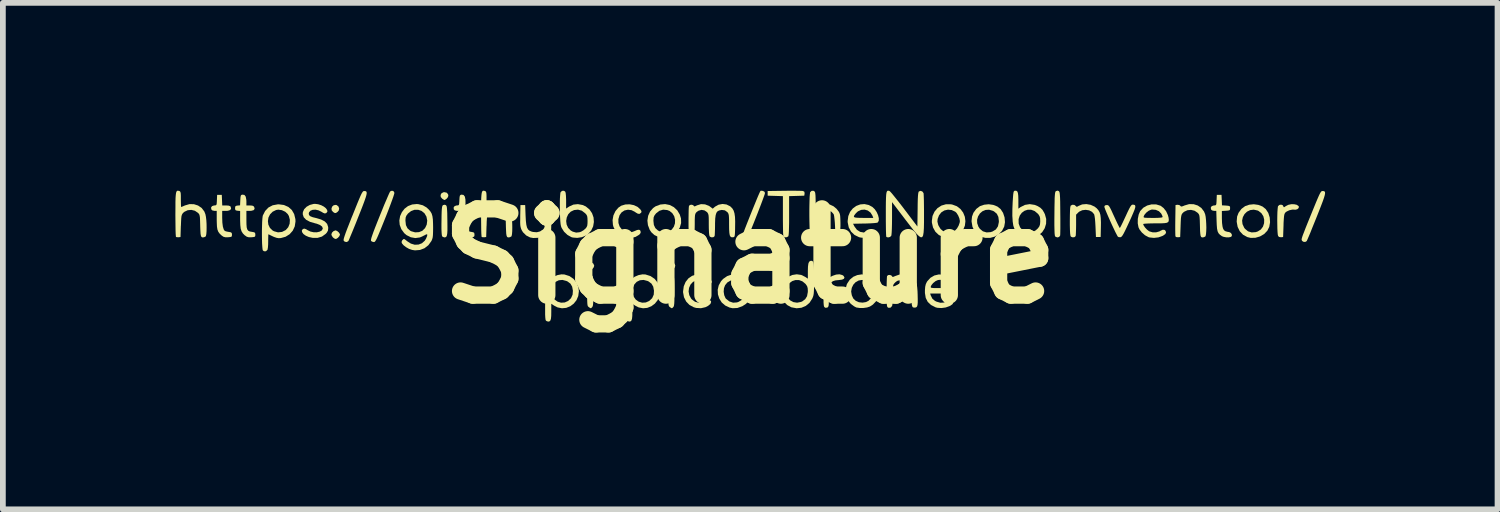
<source format=kicad_pcb>
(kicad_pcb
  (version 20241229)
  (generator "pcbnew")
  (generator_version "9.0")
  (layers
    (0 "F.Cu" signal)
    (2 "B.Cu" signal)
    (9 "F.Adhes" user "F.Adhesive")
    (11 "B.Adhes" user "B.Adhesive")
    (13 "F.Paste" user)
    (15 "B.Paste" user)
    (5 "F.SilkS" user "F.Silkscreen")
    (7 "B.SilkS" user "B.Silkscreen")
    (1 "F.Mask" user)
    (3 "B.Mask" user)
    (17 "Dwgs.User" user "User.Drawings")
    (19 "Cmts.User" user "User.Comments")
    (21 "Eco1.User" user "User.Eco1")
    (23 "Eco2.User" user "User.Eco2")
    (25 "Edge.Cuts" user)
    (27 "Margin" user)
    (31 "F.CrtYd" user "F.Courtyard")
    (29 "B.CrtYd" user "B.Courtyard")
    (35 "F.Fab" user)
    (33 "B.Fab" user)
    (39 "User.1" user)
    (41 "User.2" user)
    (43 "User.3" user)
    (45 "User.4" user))
  (footprint "Signature"
    (layer "F.Cu")
    (at 9.995 1.404)
    (property "Reference" "Signature" (at 0 0 0) (layer "F.SilkS") (effects (font (size 1.5 1.5) (thickness 0.3))))
    (attr board_only exclude_from_pos_files exclude_from_bom)
    (fp_poly (pts (xy -7.19 -0.887) (xy -7.16 -0.864) (xy -7.147 -0.83) (xy -7.154 -0.793) (xy -7.176 -0.768) (xy -7.203 -0.75) (xy -7.222 -0.749) (xy -7.246 -0.763) (xy -7.252 -0.767) (xy -7.277 -0.797) (xy -7.28 -0.831) (xy -7.267 -0.863) (xy -7.241 -0.885) (xy -7.204 -0.891)) (stroke (width 0) (type solid)) (fill yes) (layer "F.SilkS"))
    (fp_poly (pts (xy -5.274 -1.102) (xy -5.252 -1.073) (xy -5.248 -1.049) (xy -5.258 -1.022) (xy -5.281 -0.995) (xy -5.308 -0.978) (xy -5.316 -0.976) (xy -5.331 -0.983) (xy -5.354 -0.998) (xy -5.38 -1.028) (xy -5.383 -1.063) (xy -5.368 -1.092) (xy -5.335 -1.11) (xy -5.316 -1.112)) (stroke (width 0) (type solid)) (fill yes) (layer "F.SilkS"))
    (fp_poly (pts (xy -2.753 0.112) (xy -2.726 0.131) (xy -2.712 0.164) (xy -2.712 0.17) (xy -2.722 0.199) (xy -2.746 0.226) (xy -2.774 0.243) (xy -2.782 0.244) (xy -2.798 0.236) (xy -2.822 0.218) (xy -2.844 0.196) (xy -2.846 0.171) (xy -2.841 0.154) (xy -2.819 0.123) (xy -2.787 0.109)) (stroke (width 0) (type solid)) (fill yes) (layer "F.SilkS"))
    (fp_poly (pts (xy -1.343 0.112) (xy -1.315 0.131) (xy -1.302 0.164) (xy -1.302 0.17) (xy -1.312 0.199) (xy -1.336 0.226) (xy -1.364 0.243) (xy -1.371 0.244) (xy -1.387 0.236) (xy -1.412 0.218) (xy -1.434 0.196) (xy -1.435 0.171) (xy -1.43 0.154) (xy -1.408 0.123) (xy -1.377 0.109)) (stroke (width 0) (type solid)) (fill yes) (layer "F.SilkS"))
    (fp_poly (pts (xy -7.182 -0.437) (xy -7.153 -0.412) (xy -7.135 -0.384) (xy -7.133 -0.373) (xy -7.144 -0.346) (xy -7.169 -0.318) (xy -7.197 -0.3) (xy -7.208 -0.298) (xy -7.232 -0.307) (xy -7.255 -0.325) (xy -7.275 -0.354) (xy -7.282 -0.378) (xy -7.271 -0.409) (xy -7.244 -0.435) (xy -7.212 -0.447) (xy -7.21 -0.448)) (stroke (width 0) (type solid)) (fill yes) (layer "F.SilkS"))
    (fp_poly (pts (xy -2.521 -0.436) (xy -2.494 -0.409) (xy -2.482 -0.377) (xy -2.482 -0.375) (xy -2.492 -0.347) (xy -2.517 -0.318) (xy -2.546 -0.3) (xy -2.556 -0.298) (xy -2.58 -0.307) (xy -2.604 -0.325) (xy -2.624 -0.352) (xy -2.631 -0.373) (xy -2.62 -0.401) (xy -2.594 -0.428) (xy -2.563 -0.446) (xy -2.552 -0.448)) (stroke (width 0) (type solid)) (fill yes) (layer "F.SilkS"))
    (fp_poly (pts (xy -2.359 0.558) (xy -2.307 0.566) (xy -2.277 0.58) (xy -2.265 0.601) (xy -2.265 0.608) (xy -2.269 0.632) (xy -2.284 0.648) (xy -2.314 0.658) (xy -2.363 0.663) (xy -2.434 0.664) (xy -2.508 0.663) (xy -2.56 0.658) (xy -2.586 0.649) (xy -2.587 0.648) (xy -2.603 0.617) (xy -2.596 0.586) (xy -2.578 0.57) (xy -2.552 0.564) (xy -2.508 0.559) (xy -2.453 0.556) (xy -2.434 0.556)) (stroke (width 0) (type solid)) (fill yes) (layer "F.SilkS"))
    (fp_poly (pts (xy 0.268 0.558) (xy 0.29 0.559) (xy 0.349 0.562) (xy 0.387 0.566) (xy 0.41 0.573) (xy 0.425 0.585) (xy 0.43 0.592) (xy 0.442 0.616) (xy 0.434 0.634) (xy 0.427 0.643) (xy 0.411 0.653) (xy 0.383 0.66) (xy 0.34 0.663) (xy 0.276 0.664) (xy 0.264 0.664) (xy 0.2 0.664) (xy 0.157 0.662) (xy 0.132 0.657) (xy 0.117 0.649) (xy 0.109 0.638) (xy 0.101 0.602) (xy 0.117 0.574) (xy 0.14 0.562) (xy 0.167 0.559) (xy 0.212 0.558)) (stroke (width 0) (type solid)) (fill yes) (layer "F.SilkS"))
    (fp_poly (pts (xy -5.292 -0.887) (xy -5.284 -0.879) (xy -5.277 -0.865) (xy -5.273 -0.84) (xy -5.27 -0.802) (xy -5.267 -0.747) (xy -5.266 -0.67) (xy -5.265 -0.617) (xy -5.264 -0.521) (xy -5.264 -0.448) (xy -5.267 -0.396) (xy -5.273 -0.361) (xy -5.282 -0.339) (xy -5.295 -0.329) (xy -5.312 -0.326) (xy -5.316 -0.325) (xy -5.345 -0.335) (xy -5.355 -0.344) (xy -5.361 -0.363) (xy -5.365 -0.405) (xy -5.368 -0.47) (xy -5.368 -0.56) (xy -5.367 -0.617) (xy -5.366 -0.707) (xy -5.364 -0.774) (xy -5.361 -0.821) (xy -5.357 -0.853) (xy -5.352 -0.872) (xy -5.345 -0.883) (xy -5.34 -0.887) (xy -5.311 -0.894)) (stroke (width 0) (type solid)) (fill yes) (layer "F.SilkS"))
    (fp_poly (pts (xy -2.763 0.327) (xy -2.749 0.335) (xy -2.739 0.353) (xy -2.732 0.383) (xy -2.728 0.43) (xy -2.726 0.496) (xy -2.726 0.585) (xy -2.726 0.612) (xy -2.726 0.704) (xy -2.727 0.772) (xy -2.73 0.821) (xy -2.733 0.854) (xy -2.739 0.874) (xy -2.746 0.886) (xy -2.747 0.887) (xy -2.764 0.904) (xy -2.776 0.906) (xy -2.795 0.894) (xy -2.804 0.887) (xy -2.815 0.879) (xy -2.823 0.868) (xy -2.828 0.85) (xy -2.831 0.822) (xy -2.833 0.779) (xy -2.834 0.718) (xy -2.834 0.634) (xy -2.834 0.622) (xy -2.834 0.523) (xy -2.831 0.449) (xy -2.827 0.395) (xy -2.82 0.359) (xy -2.809 0.337) (xy -2.795 0.327) (xy -2.782 0.325)) (stroke (width 0) (type solid)) (fill yes) (layer "F.SilkS"))
    (fp_poly (pts (xy -1.353 0.327) (xy -1.339 0.335) (xy -1.329 0.353) (xy -1.322 0.383) (xy -1.318 0.43) (xy -1.316 0.496) (xy -1.315 0.585) (xy -1.315 0.612) (xy -1.316 0.704) (xy -1.317 0.772) (xy -1.319 0.821) (xy -1.323 0.854) (xy -1.328 0.874) (xy -1.336 0.886) (xy -1.337 0.887) (xy -1.354 0.904) (xy -1.366 0.906) (xy -1.385 0.894) (xy -1.394 0.887) (xy -1.405 0.879) (xy -1.412 0.868) (xy -1.418 0.85) (xy -1.421 0.822) (xy -1.423 0.779) (xy -1.424 0.718) (xy -1.424 0.634) (xy -1.424 0.622) (xy -1.423 0.523) (xy -1.421 0.449) (xy -1.417 0.395) (xy -1.409 0.359) (xy -1.399 0.337) (xy -1.385 0.327) (xy -1.372 0.325)) (stroke (width 0) (type solid)) (fill yes) (layer "F.SilkS"))
    (fp_poly (pts (xy 0.833 -1.136) (xy 0.885 -1.135) (xy 0.915 -1.133) (xy 0.92 -1.132) (xy 0.943 -1.12) (xy 0.947 -1.095) (xy 0.947 -1.088) (xy 0.942 -1.051) (xy 0.81 -1.047) (xy 0.678 -1.043) (xy 0.678 -0.701) (xy 0.678 -0.584) (xy 0.676 -0.493) (xy 0.674 -0.425) (xy 0.671 -0.379) (xy 0.666 -0.351) (xy 0.662 -0.342) (xy 0.634 -0.328) (xy 0.603 -0.328) (xy 0.58 -0.342) (xy 0.578 -0.347) (xy 0.576 -0.366) (xy 0.573 -0.408) (xy 0.572 -0.47) (xy 0.571 -0.546) (xy 0.57 -0.634) (xy 0.57 -0.706) (xy 0.57 -1.043) (xy 0.437 -1.047) (xy 0.305 -1.051) (xy 0.305 -1.092) (xy 0.305 -1.132) (xy 0.597 -1.136) (xy 0.685 -1.137) (xy 0.765 -1.137)) (stroke (width 0) (type solid)) (fill yes) (layer "F.SilkS"))
    (fp_poly (pts (xy -6.2 -1.128) (xy -6.186 -1.101) (xy -6.19 -1.081) (xy -6.203 -1.039) (xy -6.224 -0.979) (xy -6.252 -0.903) (xy -6.285 -0.815) (xy -6.323 -0.717) (xy -6.347 -0.657) (xy -6.393 -0.543) (xy -6.43 -0.452) (xy -6.459 -0.382) (xy -6.482 -0.329) (xy -6.5 -0.291) (xy -6.514 -0.267) (xy -6.525 -0.252) (xy -6.535 -0.246) (xy -6.543 -0.244) (xy -6.575 -0.252) (xy -6.591 -0.264) (xy -6.594 -0.274) (xy -6.592 -0.292) (xy -6.585 -0.321) (xy -6.571 -0.363) (xy -6.551 -0.42) (xy -6.522 -0.496) (xy -6.484 -0.592) (xy -6.442 -0.697) (xy -6.401 -0.798) (xy -6.364 -0.89) (xy -6.329 -0.971) (xy -6.3 -1.039) (xy -6.278 -1.089) (xy -6.263 -1.119) (xy -6.258 -1.126) (xy -6.228 -1.138)) (stroke (width 0) (type solid)) (fill yes) (layer "F.SilkS"))
    (fp_poly (pts (xy 5.367 -1.131) (xy 5.374 -1.124) (xy 5.38 -1.112) (xy 5.384 -1.092) (xy 5.387 -1.061) (xy 5.39 -1.015) (xy 5.392 -0.952) (xy 5.393 -0.867) (xy 5.394 -0.759) (xy 5.394 -0.751) (xy 5.395 -0.653) (xy 5.395 -0.562) (xy 5.395 -0.484) (xy 5.394 -0.42) (xy 5.393 -0.376) (xy 5.391 -0.356) (xy 5.373 -0.333) (xy 5.344 -0.325) (xy 5.314 -0.335) (xy 5.304 -0.344) (xy 5.299 -0.36) (xy 5.295 -0.396) (xy 5.293 -0.454) (xy 5.291 -0.535) (xy 5.291 -0.639) (xy 5.292 -0.739) (xy 5.293 -0.851) (xy 5.295 -0.939) (xy 5.296 -1.005) (xy 5.299 -1.054) (xy 5.302 -1.087) (xy 5.306 -1.109) (xy 5.311 -1.122) (xy 5.318 -1.13) (xy 5.319 -1.131) (xy 5.349 -1.139)) (stroke (width 0) (type solid)) (fill yes) (layer "F.SilkS"))
    (fp_poly (pts (xy 0.225 -1.133) (xy 0.252 -1.117) (xy 0.258 -1.095) (xy 0.253 -1.075) (xy 0.239 -1.035) (xy 0.218 -0.977) (xy 0.191 -0.905) (xy 0.16 -0.824) (xy 0.126 -0.736) (xy 0.09 -0.645) (xy 0.055 -0.557) (xy 0.021 -0.473) (xy -0.01 -0.398) (xy -0.036 -0.336) (xy -0.056 -0.29) (xy -0.069 -0.264) (xy -0.071 -0.261) (xy -0.099 -0.245) (xy -0.131 -0.251) (xy -0.15 -0.265) (xy -0.153 -0.274) (xy -0.152 -0.291) (xy -0.147 -0.317) (xy -0.135 -0.355) (xy -0.116 -0.407) (xy -0.09 -0.477) (xy -0.055 -0.566) (xy -0.011 -0.677) (xy 0.001 -0.707) (xy 0.041 -0.807) (xy 0.079 -0.9) (xy 0.112 -0.981) (xy 0.14 -1.048) (xy 0.162 -1.098) (xy 0.176 -1.127) (xy 0.18 -1.135) (xy 0.201 -1.137)) (stroke (width 0) (type solid)) (fill yes) (layer "F.SilkS"))
    (fp_poly (pts (xy -6.693 -1.131) (xy -6.679 -1.126) (xy -6.67 -1.115) (xy -6.668 -1.094) (xy -6.673 -1.063) (xy -6.686 -1.018) (xy -6.707 -0.957) (xy -6.737 -0.877) (xy -6.776 -0.777) (xy -6.814 -0.682) (xy -6.853 -0.583) (xy -6.89 -0.492) (xy -6.923 -0.411) (xy -6.951 -0.345) (xy -6.971 -0.296) (xy -6.984 -0.267) (xy -6.988 -0.261) (xy -7.014 -0.245) (xy -7.047 -0.25) (xy -7.066 -0.265) (xy -7.069 -0.274) (xy -7.069 -0.291) (xy -7.063 -0.316) (xy -7.051 -0.354) (xy -7.033 -0.406) (xy -7.007 -0.475) (xy -6.972 -0.564) (xy -6.929 -0.674) (xy -6.914 -0.709) (xy -6.868 -0.824) (xy -6.831 -0.916) (xy -6.801 -0.988) (xy -6.778 -1.042) (xy -6.76 -1.081) (xy -6.745 -1.107) (xy -6.734 -1.122) (xy -6.724 -1.13) (xy -6.715 -1.132) (xy -6.714 -1.132)) (stroke (width 0) (type solid)) (fill yes) (layer "F.SilkS"))
    (fp_poly (pts (xy 1.605 0.33) (xy 1.626 0.345) (xy 1.641 0.372) (xy 1.631 0.394) (xy 1.599 0.409) (xy 1.545 0.416) (xy 1.545 0.416) (xy 1.485 0.422) (xy 1.441 0.435) (xy 1.409 0.459) (xy 1.388 0.497) (xy 1.376 0.553) (xy 1.371 0.629) (xy 1.37 0.704) (xy 1.369 0.777) (xy 1.368 0.827) (xy 1.365 0.86) (xy 1.359 0.879) (xy 1.35 0.89) (xy 1.344 0.894) (xy 1.313 0.899) (xy 1.297 0.891) (xy 1.289 0.883) (xy 1.283 0.868) (xy 1.28 0.844) (xy 1.277 0.807) (xy 1.277 0.752) (xy 1.277 0.677) (xy 1.278 0.603) (xy 1.282 0.332) (xy 1.32 0.328) (xy 1.351 0.33) (xy 1.364 0.348) (xy 1.365 0.349) (xy 1.37 0.363) (xy 1.381 0.367) (xy 1.404 0.358) (xy 1.435 0.342) (xy 1.496 0.321) (xy 1.555 0.316)) (stroke (width 0) (type solid)) (fill yes) (layer "F.SilkS"))
    (fp_poly (pts (xy 9.973 -1.131) (xy 9.988 -1.126) (xy 9.997 -1.115) (xy 9.999 -1.094) (xy 9.994 -1.063) (xy 9.981 -1.018) (xy 9.96 -0.957) (xy 9.93 -0.878) (xy 9.891 -0.778) (xy 9.853 -0.682) (xy 9.813 -0.583) (xy 9.776 -0.492) (xy 9.744 -0.411) (xy 9.716 -0.345) (xy 9.695 -0.296) (xy 9.682 -0.267) (xy 9.679 -0.261) (xy 9.652 -0.246) (xy 9.62 -0.25) (xy 9.601 -0.264) (xy 9.596 -0.272) (xy 9.592 -0.28) (xy 9.591 -0.291) (xy 9.594 -0.309) (xy 9.602 -0.336) (xy 9.615 -0.373) (xy 9.635 -0.424) (xy 9.661 -0.492) (xy 9.696 -0.579) (xy 9.74 -0.687) (xy 9.761 -0.739) (xy 9.806 -0.849) (xy 9.842 -0.937) (xy 9.871 -1.005) (xy 9.893 -1.055) (xy 9.91 -1.09) (xy 9.924 -1.113) (xy 9.935 -1.126) (xy 9.945 -1.131) (xy 9.953 -1.132)) (stroke (width 0) (type solid)) (fill yes) (layer "F.SilkS"))
    (fp_poly (pts (xy 9.463 -0.902) (xy 9.507 -0.892) (xy 9.537 -0.871) (xy 9.543 -0.859) (xy 9.539 -0.836) (xy 9.517 -0.816) (xy 9.487 -0.807) (xy 9.473 -0.808) (xy 9.429 -0.809) (xy 9.376 -0.797) (xy 9.33 -0.775) (xy 9.308 -0.758) (xy 9.298 -0.743) (xy 9.29 -0.722) (xy 9.285 -0.691) (xy 9.281 -0.644) (xy 9.277 -0.577) (xy 9.276 -0.531) (xy 9.269 -0.332) (xy 9.233 -0.328) (xy 9.198 -0.333) (xy 9.182 -0.351) (xy 9.176 -0.375) (xy 9.172 -0.42) (xy 9.169 -0.481) (xy 9.168 -0.552) (xy 9.167 -0.627) (xy 9.168 -0.701) (xy 9.17 -0.768) (xy 9.174 -0.823) (xy 9.178 -0.859) (xy 9.181 -0.869) (xy 9.204 -0.89) (xy 9.234 -0.895) (xy 9.261 -0.886) (xy 9.272 -0.869) (xy 9.278 -0.852) (xy 9.288 -0.851) (xy 9.311 -0.866) (xy 9.316 -0.87) (xy 9.36 -0.892) (xy 9.412 -0.903)) (stroke (width 0) (type solid)) (fill yes) (layer "F.SilkS"))
    (fp_poly (pts (xy -2.02 -0.886) (xy -1.954 -0.854) (xy -1.907 -0.81) (xy -1.89 -0.782) (xy -1.891 -0.763) (xy -1.898 -0.753) (xy -1.922 -0.735) (xy -1.951 -0.737) (xy -1.99 -0.759) (xy -2.002 -0.769) (xy -2.062 -0.799) (xy -2.124 -0.807) (xy -2.185 -0.794) (xy -2.236 -0.76) (xy -2.27 -0.713) (xy -2.291 -0.643) (xy -2.29 -0.576) (xy -2.27 -0.516) (xy -2.234 -0.467) (xy -2.186 -0.431) (xy -2.128 -0.413) (xy -2.063 -0.416) (xy -2.017 -0.432) (xy -1.966 -0.454) (xy -1.933 -0.459) (xy -1.913 -0.449) (xy -1.905 -0.431) (xy -1.904 -0.404) (xy -1.924 -0.377) (xy -1.931 -0.371) (xy -1.993 -0.334) (xy -2.068 -0.316) (xy -2.147 -0.318) (xy -2.198 -0.33) (xy -2.278 -0.372) (xy -2.337 -0.431) (xy -2.376 -0.507) (xy -2.386 -0.544) (xy -2.392 -0.627) (xy -2.377 -0.709) (xy -2.342 -0.783) (xy -2.292 -0.842) (xy -2.243 -0.876) (xy -2.171 -0.898) (xy -2.095 -0.901)) (stroke (width 0) (type solid)) (fill yes) (layer "F.SilkS"))
    (fp_poly (pts (xy -0.853 0.321) (xy -0.833 0.324) (xy -0.779 0.343) (xy -0.73 0.37) (xy -0.691 0.402) (xy -0.67 0.434) (xy -0.667 0.453) (xy -0.682 0.478) (xy -0.71 0.486) (xy -0.744 0.477) (xy -0.765 0.462) (xy -0.821 0.427) (xy -0.886 0.415) (xy -0.937 0.421) (xy -0.994 0.449) (xy -1.036 0.494) (xy -1.062 0.552) (xy -1.07 0.615) (xy -1.058 0.679) (xy -1.027 0.737) (xy -1.012 0.754) (xy -0.958 0.794) (xy -0.899 0.81) (xy -0.831 0.801) (xy -0.791 0.787) (xy -0.735 0.768) (xy -0.699 0.766) (xy -0.681 0.781) (xy -0.678 0.798) (xy -0.691 0.832) (xy -0.731 0.865) (xy -0.776 0.888) (xy -0.855 0.906) (xy -0.939 0.901) (xy -0.981 0.889) (xy -1.055 0.849) (xy -1.112 0.79) (xy -1.15 0.715) (xy -1.166 0.63) (xy -1.166 0.614) (xy -1.154 0.525) (xy -1.122 0.449) (xy -1.073 0.387) (xy -1.009 0.343) (xy -0.935 0.32)) (stroke (width 0) (type solid)) (fill yes) (layer "F.SilkS"))
    (fp_poly (pts (xy -0.176 0.334) (xy -0.109 0.366) (xy -0.052 0.414) (xy -0.008 0.474) (xy 0.019 0.545) (xy 0.025 0.624) (xy 0.015 0.686) (xy -0.018 0.766) (xy -0.069 0.828) (xy -0.135 0.871) (xy -0.221 0.902) (xy -0.305 0.906) (xy -0.356 0.895) (xy -0.433 0.859) (xy -0.494 0.806) (xy -0.536 0.739) (xy -0.56 0.665) (xy -0.562 0.619) (xy -0.46 0.619) (xy -0.45 0.681) (xy -0.428 0.731) (xy -0.42 0.741) (xy -0.361 0.788) (xy -0.296 0.81) (xy -0.228 0.805) (xy -0.2 0.795) (xy -0.141 0.76) (xy -0.104 0.712) (xy -0.087 0.646) (xy -0.085 0.627) (xy -0.091 0.55) (xy -0.117 0.488) (xy -0.163 0.444) (xy -0.225 0.419) (xy -0.271 0.415) (xy -0.341 0.426) (xy -0.396 0.458) (xy -0.435 0.506) (xy -0.455 0.558) (xy -0.46 0.619) (xy -0.562 0.619) (xy -0.564 0.586) (xy -0.546 0.509) (xy -0.506 0.437) (xy -0.47 0.397) (xy -0.4 0.348) (xy -0.325 0.322) (xy -0.249 0.318)) (stroke (width 0) (type solid)) (fill yes) (layer "F.SilkS"))
    (fp_poly (pts (xy 4.227 -0.891) (xy 4.299 -0.863) (xy 4.356 -0.818) (xy 4.399 -0.752) (xy 4.425 -0.673) (xy 4.432 -0.59) (xy 4.419 -0.514) (xy 4.381 -0.44) (xy 4.324 -0.381) (xy 4.253 -0.339) (xy 4.174 -0.317) (xy 4.092 -0.317) (xy 4.036 -0.331) (xy 3.962 -0.372) (xy 3.904 -0.433) (xy 3.867 -0.509) (xy 3.852 -0.597) (xy 3.851 -0.61) (xy 3.853 -0.633) (xy 3.947 -0.633) (xy 3.949 -0.572) (xy 3.971 -0.51) (xy 3.995 -0.475) (xy 4.048 -0.431) (xy 4.112 -0.412) (xy 4.182 -0.417) (xy 4.217 -0.429) (xy 4.274 -0.464) (xy 4.31 -0.518) (xy 4.325 -0.589) (xy 4.326 -0.61) (xy 4.317 -0.682) (xy 4.29 -0.737) (xy 4.241 -0.778) (xy 4.221 -0.788) (xy 4.156 -0.807) (xy 4.095 -0.803) (xy 4.04 -0.78) (xy 3.996 -0.742) (xy 3.964 -0.691) (xy 3.947 -0.633) (xy 3.853 -0.633) (xy 3.859 -0.688) (xy 3.883 -0.753) (xy 3.928 -0.814) (xy 3.937 -0.824) (xy 3.997 -0.869) (xy 4.07 -0.894) (xy 4.149 -0.902)) (stroke (width 0) (type solid)) (fill yes) (layer "F.SilkS"))
    (fp_poly (pts (xy 8.838 -0.891) (xy 8.91 -0.863) (xy 8.967 -0.818) (xy 9.011 -0.751) (xy 9.036 -0.672) (xy 9.042 -0.589) (xy 9.028 -0.509) (xy 8.995 -0.442) (xy 8.939 -0.384) (xy 8.867 -0.342) (xy 8.787 -0.319) (xy 8.705 -0.317) (xy 8.647 -0.331) (xy 8.572 -0.372) (xy 8.515 -0.433) (xy 8.478 -0.509) (xy 8.462 -0.597) (xy 8.462 -0.61) (xy 8.463 -0.618) (xy 8.556 -0.618) (xy 8.563 -0.556) (xy 8.592 -0.494) (xy 8.606 -0.475) (xy 8.659 -0.431) (xy 8.722 -0.412) (xy 8.793 -0.417) (xy 8.828 -0.429) (xy 8.882 -0.463) (xy 8.919 -0.513) (xy 8.938 -0.572) (xy 8.94 -0.634) (xy 8.925 -0.694) (xy 8.891 -0.747) (xy 8.841 -0.786) (xy 8.826 -0.793) (xy 8.758 -0.808) (xy 8.696 -0.8) (xy 8.641 -0.773) (xy 8.598 -0.731) (xy 8.569 -0.678) (xy 8.556 -0.618) (xy 8.463 -0.618) (xy 8.469 -0.688) (xy 8.494 -0.753) (xy 8.539 -0.814) (xy 8.548 -0.824) (xy 8.608 -0.869) (xy 8.68 -0.894) (xy 8.759 -0.902)) (stroke (width 0) (type solid)) (fill yes) (layer "F.SilkS"))
    (fp_poly (pts (xy 8.202 -0.974) (xy 8.206 -0.883) (xy 8.276 -0.879) (xy 8.317 -0.875) (xy 8.338 -0.869) (xy 8.346 -0.855) (xy 8.347 -0.834) (xy 8.345 -0.81) (xy 8.336 -0.798) (xy 8.312 -0.792) (xy 8.276 -0.789) (xy 8.204 -0.785) (xy 8.204 -0.657) (xy 8.207 -0.577) (xy 8.215 -0.515) (xy 8.224 -0.481) (xy 8.239 -0.453) (xy 8.26 -0.435) (xy 8.295 -0.424) (xy 8.332 -0.418) (xy 8.362 -0.402) (xy 8.378 -0.373) (xy 8.377 -0.348) (xy 8.358 -0.333) (xy 8.322 -0.326) (xy 8.278 -0.327) (xy 8.235 -0.335) (xy 8.204 -0.347) (xy 8.171 -0.371) (xy 8.146 -0.398) (xy 8.13 -0.431) (xy 8.12 -0.478) (xy 8.115 -0.541) (xy 8.112 -0.614) (xy 8.107 -0.787) (xy 8.068 -0.787) (xy 8.033 -0.795) (xy 8.016 -0.811) (xy 8.011 -0.843) (xy 8.027 -0.869) (xy 8.062 -0.881) (xy 8.069 -0.881) (xy 8.09 -0.883) (xy 8.102 -0.89) (xy 8.108 -0.909) (xy 8.111 -0.947) (xy 8.112 -0.973) (xy 8.116 -1.065) (xy 8.157 -1.065) (xy 8.198 -1.065)) (stroke (width 0) (type solid)) (fill yes) (layer "F.SilkS"))
    (fp_poly (pts (xy -9.184 -0.973) (xy -9.18 -0.881) (xy -9.113 -0.881) (xy -9.068 -0.878) (xy -9.042 -0.868) (xy -9.033 -0.857) (xy -9.026 -0.824) (xy -9.043 -0.801) (xy -9.083 -0.788) (xy -9.114 -0.787) (xy -9.181 -0.787) (xy -9.181 -0.668) (xy -9.178 -0.581) (xy -9.169 -0.512) (xy -9.154 -0.463) (xy -9.136 -0.438) (xy -9.113 -0.43) (xy -9.076 -0.422) (xy -9.066 -0.421) (xy -9.031 -0.414) (xy -9.015 -0.402) (xy -9.011 -0.378) (xy -9.011 -0.373) (xy -9.013 -0.349) (xy -9.022 -0.336) (xy -9.047 -0.331) (xy -9.081 -0.328) (xy -9.127 -0.328) (xy -9.16 -0.337) (xy -9.191 -0.359) (xy -9.193 -0.36) (xy -9.226 -0.392) (xy -9.249 -0.424) (xy -9.264 -0.463) (xy -9.272 -0.514) (xy -9.275 -0.584) (xy -9.276 -0.63) (xy -9.276 -0.787) (xy -9.316 -0.787) (xy -9.353 -0.795) (xy -9.369 -0.811) (xy -9.375 -0.843) (xy -9.358 -0.869) (xy -9.323 -0.881) (xy -9.316 -0.881) (xy -9.296 -0.883) (xy -9.283 -0.89) (xy -9.277 -0.909) (xy -9.274 -0.947) (xy -9.273 -0.973) (xy -9.269 -1.065) (xy -9.228 -1.065) (xy -9.188 -1.065)) (stroke (width 0) (type solid)) (fill yes) (layer "F.SilkS"))
    (fp_poly (pts (xy -1.398 -0.889) (xy -1.327 -0.852) (xy -1.267 -0.796) (xy -1.223 -0.722) (xy -1.202 -0.654) (xy -1.2 -0.575) (xy -1.222 -0.499) (xy -1.263 -0.431) (xy -1.32 -0.375) (xy -1.389 -0.334) (xy -1.467 -0.314) (xy -1.499 -0.313) (xy -1.538 -0.318) (xy -1.585 -0.329) (xy -1.593 -0.332) (xy -1.664 -0.366) (xy -1.716 -0.413) (xy -1.746 -0.457) (xy -1.777 -0.538) (xy -1.786 -0.615) (xy -1.682 -0.615) (xy -1.674 -0.542) (xy -1.648 -0.487) (xy -1.603 -0.446) (xy -1.58 -0.434) (xy -1.524 -0.412) (xy -1.474 -0.409) (xy -1.42 -0.425) (xy -1.419 -0.426) (xy -1.363 -0.461) (xy -1.326 -0.512) (xy -1.307 -0.57) (xy -1.305 -0.632) (xy -1.32 -0.693) (xy -1.352 -0.745) (xy -1.4 -0.785) (xy -1.441 -0.801) (xy -1.513 -0.808) (xy -1.578 -0.788) (xy -1.636 -0.743) (xy -1.64 -0.738) (xy -1.665 -0.705) (xy -1.678 -0.673) (xy -1.681 -0.63) (xy -1.682 -0.615) (xy -1.786 -0.615) (xy -1.786 -0.621) (xy -1.773 -0.702) (xy -1.74 -0.775) (xy -1.688 -0.835) (xy -1.646 -0.865) (xy -1.562 -0.897) (xy -1.478 -0.905)) (stroke (width 0) (type solid)) (fill yes) (layer "F.SilkS"))
    (fp_poly (pts (xy 2.015 0.325) (xy 2.088 0.352) (xy 2.152 0.397) (xy 2.203 0.461) (xy 2.211 0.475) (xy 2.229 0.532) (xy 2.237 0.601) (xy 2.235 0.672) (xy 2.221 0.732) (xy 2.219 0.736) (xy 2.185 0.791) (xy 2.135 0.843) (xy 2.083 0.877) (xy 2.034 0.893) (xy 1.971 0.902) (xy 1.906 0.902) (xy 1.851 0.894) (xy 1.844 0.892) (xy 1.808 0.873) (xy 1.766 0.842) (xy 1.74 0.819) (xy 1.687 0.748) (xy 1.659 0.669) (xy 1.658 0.614) (xy 1.757 0.614) (xy 1.767 0.679) (xy 1.794 0.737) (xy 1.836 0.777) (xy 1.892 0.802) (xy 1.955 0.809) (xy 2.016 0.799) (xy 2.059 0.777) (xy 2.108 0.726) (xy 2.135 0.66) (xy 2.139 0.595) (xy 2.121 0.523) (xy 2.082 0.468) (xy 2.022 0.43) (xy 2.016 0.427) (xy 1.949 0.414) (xy 1.888 0.424) (xy 1.836 0.452) (xy 1.795 0.496) (xy 1.768 0.551) (xy 1.757 0.614) (xy 1.658 0.614) (xy 1.657 0.584) (xy 1.68 0.495) (xy 1.688 0.478) (xy 1.733 0.41) (xy 1.793 0.36) (xy 1.863 0.33) (xy 1.939 0.318)) (stroke (width 0) (type solid)) (fill yes) (layer "F.SilkS"))
    (fp_poly (pts (xy 3.493 -0.901) (xy 3.518 -0.896) (xy 3.596 -0.867) (xy 3.659 -0.818) (xy 3.705 -0.756) (xy 3.734 -0.684) (xy 3.744 -0.607) (xy 3.735 -0.53) (xy 3.705 -0.458) (xy 3.653 -0.394) (xy 3.641 -0.383) (xy 3.565 -0.337) (xy 3.481 -0.317) (xy 3.393 -0.321) (xy 3.359 -0.33) (xy 3.282 -0.367) (xy 3.222 -0.424) (xy 3.181 -0.497) (xy 3.161 -0.582) (xy 3.161 -0.6) (xy 3.257 -0.6) (xy 3.269 -0.55) (xy 3.277 -0.529) (xy 3.312 -0.472) (xy 3.362 -0.43) (xy 3.397 -0.416) (xy 3.447 -0.412) (xy 3.505 -0.421) (xy 3.556 -0.441) (xy 3.567 -0.448) (xy 3.598 -0.481) (xy 3.626 -0.53) (xy 3.644 -0.581) (xy 3.648 -0.61) (xy 3.639 -0.656) (xy 3.618 -0.707) (xy 3.589 -0.752) (xy 3.568 -0.772) (xy 3.506 -0.801) (xy 3.441 -0.808) (xy 3.378 -0.794) (xy 3.324 -0.76) (xy 3.284 -0.708) (xy 3.282 -0.702) (xy 3.261 -0.647) (xy 3.257 -0.6) (xy 3.161 -0.6) (xy 3.16 -0.61) (xy 3.172 -0.698) (xy 3.207 -0.774) (xy 3.259 -0.835) (xy 3.327 -0.879) (xy 3.406 -0.902)) (stroke (width 0) (type solid)) (fill yes) (layer "F.SilkS"))
    (fp_poly (pts (xy 5.922 -0.892) (xy 5.99 -0.861) (xy 6.027 -0.832) (xy 6.056 -0.799) (xy 6.077 -0.763) (xy 6.091 -0.719) (xy 6.098 -0.661) (xy 6.101 -0.585) (xy 6.1 -0.509) (xy 6.096 -0.332) (xy 6.055 -0.332) (xy 6.014 -0.332) (xy 6.006 -0.516) (xy 6.002 -0.586) (xy 5.997 -0.648) (xy 5.99 -0.697) (xy 5.983 -0.726) (xy 5.982 -0.729) (xy 5.946 -0.77) (xy 5.895 -0.796) (xy 5.835 -0.805) (xy 5.776 -0.798) (xy 5.723 -0.773) (xy 5.708 -0.76) (xy 5.669 -0.721) (xy 5.669 -0.545) (xy 5.668 -0.477) (xy 5.666 -0.417) (xy 5.664 -0.373) (xy 5.661 -0.348) (xy 5.66 -0.347) (xy 5.641 -0.33) (xy 5.611 -0.326) (xy 5.581 -0.337) (xy 5.576 -0.342) (xy 5.57 -0.359) (xy 5.565 -0.396) (xy 5.562 -0.455) (xy 5.56 -0.538) (xy 5.56 -0.61) (xy 5.561 -0.711) (xy 5.563 -0.787) (xy 5.566 -0.839) (xy 5.572 -0.869) (xy 5.576 -0.879) (xy 5.608 -0.894) (xy 5.642 -0.889) (xy 5.661 -0.873) (xy 5.675 -0.859) (xy 5.692 -0.861) (xy 5.71 -0.872) (xy 5.774 -0.899) (xy 5.847 -0.905)) (stroke (width 0) (type solid)) (fill yes) (layer "F.SilkS"))
    (fp_poly (pts (xy 6.676 -0.893) (xy 6.692 -0.886) (xy 6.699 -0.871) (xy 6.697 -0.845) (xy 6.685 -0.806) (xy 6.662 -0.75) (xy 6.629 -0.674) (xy 6.593 -0.595) (xy 6.552 -0.507) (xy 6.52 -0.44) (xy 6.496 -0.393) (xy 6.477 -0.361) (xy 6.462 -0.341) (xy 6.449 -0.332) (xy 6.437 -0.328) (xy 6.407 -0.331) (xy 6.392 -0.342) (xy 6.375 -0.374) (xy 6.35 -0.422) (xy 6.321 -0.483) (xy 6.289 -0.551) (xy 6.257 -0.622) (xy 6.226 -0.692) (xy 6.199 -0.755) (xy 6.177 -0.808) (xy 6.164 -0.844) (xy 6.16 -0.861) (xy 6.171 -0.882) (xy 6.201 -0.888) (xy 6.202 -0.888) (xy 6.217 -0.887) (xy 6.23 -0.881) (xy 6.244 -0.866) (xy 6.26 -0.839) (xy 6.282 -0.796) (xy 6.31 -0.734) (xy 6.331 -0.689) (xy 6.362 -0.621) (xy 6.389 -0.564) (xy 6.411 -0.52) (xy 6.425 -0.494) (xy 6.429 -0.489) (xy 6.437 -0.5) (xy 6.454 -0.532) (xy 6.478 -0.581) (xy 6.507 -0.643) (xy 6.53 -0.692) (xy 6.565 -0.768) (xy 6.592 -0.823) (xy 6.612 -0.86) (xy 6.628 -0.882) (xy 6.641 -0.893) (xy 6.652 -0.895)) (stroke (width 0) (type solid)) (fill yes) (layer "F.SilkS"))
    (fp_poly (pts (xy -8.794 -1.064) (xy -8.772 -1.035) (xy -8.762 -0.983) (xy -8.76 -0.953) (xy -8.76 -0.881) (xy -8.7 -0.881) (xy -8.658 -0.878) (xy -8.634 -0.867) (xy -8.624 -0.853) (xy -8.617 -0.821) (xy -8.635 -0.799) (xy -8.676 -0.788) (xy -8.701 -0.787) (xy -8.76 -0.787) (xy -8.76 -0.633) (xy -8.759 -0.555) (xy -8.755 -0.5) (xy -8.745 -0.464) (xy -8.727 -0.441) (xy -8.7 -0.428) (xy -8.664 -0.422) (xy -8.627 -0.415) (xy -8.61 -0.405) (xy -8.605 -0.384) (xy -8.605 -0.373) (xy -8.606 -0.349) (xy -8.616 -0.336) (xy -8.64 -0.331) (xy -8.674 -0.328) (xy -8.72 -0.328) (xy -8.753 -0.337) (xy -8.784 -0.359) (xy -8.788 -0.361) (xy -8.821 -0.394) (xy -8.844 -0.431) (xy -8.859 -0.477) (xy -8.866 -0.539) (xy -8.869 -0.621) (xy -8.869 -0.636) (xy -8.869 -0.785) (xy -8.913 -0.789) (xy -8.944 -0.795) (xy -8.955 -0.811) (xy -8.957 -0.834) (xy -8.954 -0.863) (xy -8.937 -0.875) (xy -8.914 -0.879) (xy -8.87 -0.883) (xy -8.866 -0.974) (xy -8.863 -1.022) (xy -8.858 -1.05) (xy -8.849 -1.063) (xy -8.832 -1.069) (xy -8.829 -1.069)) (stroke (width 0) (type solid)) (fill yes) (layer "F.SilkS"))
    (fp_poly (pts (xy -4.984 -1.064) (xy -4.961 -1.035) (xy -4.951 -0.983) (xy -4.95 -0.953) (xy -4.95 -0.881) (xy -4.889 -0.881) (xy -4.845 -0.878) (xy -4.821 -0.865) (xy -4.816 -0.857) (xy -4.809 -0.824) (xy -4.826 -0.801) (xy -4.865 -0.788) (xy -4.889 -0.787) (xy -4.95 -0.787) (xy -4.95 -0.633) (xy -4.949 -0.555) (xy -4.944 -0.5) (xy -4.934 -0.464) (xy -4.916 -0.441) (xy -4.889 -0.428) (xy -4.853 -0.422) (xy -4.816 -0.415) (xy -4.799 -0.405) (xy -4.794 -0.384) (xy -4.794 -0.373) (xy -4.795 -0.349) (xy -4.805 -0.336) (xy -4.829 -0.331) (xy -4.863 -0.328) (xy -4.91 -0.328) (xy -4.942 -0.337) (xy -4.974 -0.359) (xy -4.976 -0.36) (xy -5.009 -0.392) (xy -5.032 -0.424) (xy -5.047 -0.463) (xy -5.055 -0.514) (xy -5.058 -0.584) (xy -5.058 -0.63) (xy -5.058 -0.787) (xy -5.099 -0.787) (xy -5.135 -0.795) (xy -5.152 -0.811) (xy -5.157 -0.843) (xy -5.14 -0.869) (xy -5.106 -0.881) (xy -5.099 -0.881) (xy -5.078 -0.883) (xy -5.066 -0.89) (xy -5.06 -0.909) (xy -5.057 -0.947) (xy -5.056 -0.973) (xy -5.053 -1.022) (xy -5.048 -1.05) (xy -5.038 -1.063) (xy -5.022 -1.069) (xy -5.018 -1.069)) (stroke (width 0) (type solid)) (fill yes) (layer "F.SilkS"))
    (fp_poly (pts (xy 7.713 -0.903) (xy 7.785 -0.88) (xy 7.846 -0.838) (xy 7.893 -0.777) (xy 7.913 -0.729) (xy 7.922 -0.685) (xy 7.928 -0.627) (xy 7.932 -0.562) (xy 7.934 -0.495) (xy 7.932 -0.434) (xy 7.928 -0.383) (xy 7.921 -0.35) (xy 7.917 -0.342) (xy 7.891 -0.329) (xy 7.87 -0.325) (xy 7.854 -0.327) (xy 7.842 -0.336) (xy 7.834 -0.354) (xy 7.829 -0.387) (xy 7.825 -0.437) (xy 7.823 -0.509) (xy 7.822 -0.552) (xy 7.82 -0.622) (xy 7.817 -0.671) (xy 7.813 -0.703) (xy 7.805 -0.725) (xy 7.794 -0.741) (xy 7.783 -0.753) (xy 7.73 -0.789) (xy 7.667 -0.804) (xy 7.604 -0.798) (xy 7.547 -0.771) (xy 7.525 -0.752) (xy 7.512 -0.736) (xy 7.503 -0.719) (xy 7.497 -0.694) (xy 7.492 -0.658) (xy 7.489 -0.604) (xy 7.486 -0.529) (xy 7.486 -0.524) (xy 7.479 -0.332) (xy 7.442 -0.328) (xy 7.41 -0.331) (xy 7.397 -0.342) (xy 7.395 -0.361) (xy 7.394 -0.402) (xy 7.393 -0.461) (xy 7.393 -0.535) (xy 7.394 -0.617) (xy 7.394 -0.624) (xy 7.398 -0.888) (xy 7.431 -0.893) (xy 7.464 -0.888) (xy 7.48 -0.876) (xy 7.492 -0.864) (xy 7.508 -0.863) (xy 7.537 -0.873) (xy 7.555 -0.881) (xy 7.634 -0.904)) (stroke (width 0) (type solid)) (fill yes) (layer "F.SilkS"))
    (fp_poly (pts (xy -3.48 -0.883) (xy -3.474 -0.879) (xy -3.468 -0.859) (xy -3.464 -0.818) (xy -3.46 -0.761) (xy -3.458 -0.692) (xy -3.457 -0.617) (xy -3.458 -0.542) (xy -3.46 -0.472) (xy -3.463 -0.412) (xy -3.467 -0.367) (xy -3.473 -0.343) (xy -3.474 -0.342) (xy -3.505 -0.327) (xy -3.539 -0.331) (xy -3.558 -0.346) (xy -3.571 -0.357) (xy -3.588 -0.357) (xy -3.619 -0.343) (xy -3.627 -0.339) (xy -3.696 -0.318) (xy -3.773 -0.315) (xy -3.827 -0.325) (xy -3.895 -0.36) (xy -3.95 -0.415) (xy -3.973 -0.453) (xy -3.984 -0.479) (xy -3.992 -0.507) (xy -3.997 -0.54) (xy -3.999 -0.586) (xy -3.998 -0.649) (xy -3.998 -0.7) (xy -3.994 -0.888) (xy -3.953 -0.888) (xy -3.912 -0.888) (xy -3.905 -0.705) (xy -3.9 -0.614) (xy -3.892 -0.546) (xy -3.88 -0.497) (xy -3.861 -0.463) (xy -3.835 -0.441) (xy -3.799 -0.426) (xy -3.774 -0.42) (xy -3.71 -0.415) (xy -3.65 -0.43) (xy -3.603 -0.461) (xy -3.594 -0.47) (xy -3.583 -0.488) (xy -3.575 -0.509) (xy -3.57 -0.539) (xy -3.568 -0.583) (xy -3.567 -0.647) (xy -3.567 -0.679) (xy -3.566 -0.746) (xy -3.564 -0.805) (xy -3.562 -0.849) (xy -3.559 -0.873) (xy -3.558 -0.874) (xy -3.539 -0.891) (xy -3.509 -0.894)) (stroke (width 0) (type solid)) (fill yes) (layer "F.SilkS"))
    (fp_poly (pts (xy 2.063 -0.889) (xy 2.126 -0.855) (xy 2.167 -0.816) (xy 2.201 -0.766) (xy 2.225 -0.712) (xy 2.238 -0.659) (xy 2.237 -0.615) (xy 2.22 -0.585) (xy 2.199 -0.579) (xy 2.155 -0.574) (xy 2.091 -0.57) (xy 2.011 -0.567) (xy 1.996 -0.567) (xy 1.79 -0.563) (xy 1.814 -0.516) (xy 1.857 -0.458) (xy 1.913 -0.422) (xy 1.979 -0.41) (xy 2.051 -0.421) (xy 2.083 -0.434) (xy 2.127 -0.453) (xy 2.156 -0.456) (xy 2.168 -0.452) (xy 2.19 -0.428) (xy 2.189 -0.403) (xy 2.169 -0.379) (xy 2.134 -0.356) (xy 2.089 -0.337) (xy 2.036 -0.324) (xy 1.981 -0.318) (xy 1.927 -0.322) (xy 1.895 -0.329) (xy 1.816 -0.368) (xy 1.756 -0.426) (xy 1.715 -0.5) (xy 1.697 -0.586) (xy 1.696 -0.61) (xy 1.707 -0.692) (xy 1.804 -0.692) (xy 1.809 -0.678) (xy 1.833 -0.67) (xy 1.878 -0.666) (xy 1.947 -0.665) (xy 1.973 -0.664) (xy 2.142 -0.664) (xy 2.128 -0.702) (xy 2.094 -0.757) (xy 2.046 -0.793) (xy 1.99 -0.809) (xy 1.931 -0.804) (xy 1.874 -0.778) (xy 1.839 -0.745) (xy 1.814 -0.714) (xy 1.804 -0.692) (xy 1.707 -0.692) (xy 1.707 -0.695) (xy 1.738 -0.769) (xy 1.786 -0.829) (xy 1.846 -0.873) (xy 1.915 -0.899) (xy 1.988 -0.905)) (stroke (width 0) (type solid)) (fill yes) (layer "F.SilkS"))
    (fp_poly (pts (xy -7.512 -0.902) (xy -7.459 -0.885) (xy -7.413 -0.861) (xy -7.377 -0.832) (xy -7.356 -0.802) (xy -7.351 -0.774) (xy -7.369 -0.751) (xy -7.375 -0.747) (xy -7.397 -0.742) (xy -7.426 -0.753) (xy -7.453 -0.77) (xy -7.505 -0.796) (xy -7.558 -0.808) (xy -7.608 -0.805) (xy -7.647 -0.789) (xy -7.671 -0.761) (xy -7.676 -0.738) (xy -7.67 -0.713) (xy -7.648 -0.693) (xy -7.608 -0.677) (xy -7.551 -0.663) (xy -7.462 -0.637) (xy -7.397 -0.603) (xy -7.356 -0.56) (xy -7.338 -0.506) (xy -7.337 -0.484) (xy -7.342 -0.443) (xy -7.362 -0.408) (xy -7.381 -0.387) (xy -7.446 -0.34) (xy -7.523 -0.317) (xy -7.609 -0.318) (xy -7.674 -0.332) (xy -7.727 -0.355) (xy -7.768 -0.384) (xy -7.791 -0.416) (xy -7.796 -0.445) (xy -7.779 -0.47) (xy -7.773 -0.473) (xy -7.75 -0.478) (xy -7.721 -0.467) (xy -7.695 -0.451) (xy -7.646 -0.427) (xy -7.591 -0.415) (xy -7.536 -0.414) (xy -7.487 -0.425) (xy -7.451 -0.444) (xy -7.433 -0.474) (xy -7.432 -0.484) (xy -7.444 -0.514) (xy -7.48 -0.541) (xy -7.535 -0.563) (xy -7.563 -0.57) (xy -7.653 -0.596) (xy -7.72 -0.631) (xy -7.763 -0.676) (xy -7.78 -0.728) (xy -7.778 -0.765) (xy -7.756 -0.815) (xy -7.714 -0.858) (xy -7.657 -0.89) (xy -7.593 -0.907) (xy -7.568 -0.909)) (stroke (width 0) (type solid)) (fill yes) (layer "F.SilkS"))
    (fp_poly (pts (xy -3.23 0.319) (xy -3.142 0.347) (xy -3.071 0.396) (xy -3.018 0.462) (xy -2.986 0.542) (xy -2.978 0.611) (xy -2.989 0.694) (xy -3.02 0.767) (xy -3.068 0.827) (xy -3.128 0.872) (xy -3.198 0.9) (xy -3.272 0.907) (xy -3.348 0.892) (xy -3.409 0.861) (xy -3.458 0.828) (xy -3.458 0.967) (xy -3.459 1.04) (xy -3.464 1.089) (xy -3.474 1.12) (xy -3.49 1.135) (xy -3.513 1.139) (xy -3.513 1.139) (xy -3.541 1.129) (xy -3.552 1.12) (xy -3.558 1.104) (xy -3.562 1.07) (xy -3.565 1.017) (xy -3.565 0.941) (xy -3.565 0.842) (xy -3.564 0.811) (xy -3.562 0.708) (xy -3.56 0.629) (xy -3.456 0.629) (xy -3.455 0.638) (xy -3.437 0.704) (xy -3.399 0.756) (xy -3.348 0.792) (xy -3.288 0.81) (xy -3.224 0.806) (xy -3.165 0.78) (xy -3.115 0.732) (xy -3.087 0.67) (xy -3.082 0.601) (xy -3.095 0.531) (xy -3.125 0.479) (xy -3.175 0.441) (xy -3.195 0.432) (xy -3.264 0.414) (xy -3.327 0.42) (xy -3.382 0.447) (xy -3.424 0.493) (xy -3.45 0.555) (xy -3.456 0.629) (xy -3.56 0.629) (xy -3.56 0.628) (xy -3.555 0.566) (xy -3.549 0.52) (xy -3.538 0.484) (xy -3.523 0.456) (xy -3.503 0.429) (xy -3.476 0.402) (xy -3.47 0.395) (xy -3.416 0.358) (xy -3.35 0.33) (xy -3.281 0.317)) (stroke (width 0) (type solid)) (fill yes) (layer "F.SilkS"))
    (fp_poly (pts (xy -1.82 0.319) (xy -1.732 0.347) (xy -1.66 0.396) (xy -1.608 0.462) (xy -1.576 0.542) (xy -1.568 0.611) (xy -1.578 0.694) (xy -1.609 0.767) (xy -1.657 0.827) (xy -1.718 0.872) (xy -1.788 0.9) (xy -1.862 0.907) (xy -1.938 0.892) (xy -1.999 0.861) (xy -2.048 0.828) (xy -2.048 0.967) (xy -2.049 1.04) (xy -2.054 1.089) (xy -2.064 1.12) (xy -2.08 1.135) (xy -2.103 1.139) (xy -2.103 1.139) (xy -2.131 1.129) (xy -2.142 1.12) (xy -2.148 1.104) (xy -2.152 1.07) (xy -2.154 1.017) (xy -2.155 0.941) (xy -2.154 0.842) (xy -2.154 0.811) (xy -2.152 0.708) (xy -2.149 0.629) (xy -2.045 0.629) (xy -2.045 0.638) (xy -2.026 0.704) (xy -1.989 0.756) (xy -1.938 0.792) (xy -1.877 0.81) (xy -1.814 0.806) (xy -1.755 0.78) (xy -1.704 0.732) (xy -1.676 0.67) (xy -1.672 0.601) (xy -1.685 0.531) (xy -1.715 0.479) (xy -1.765 0.441) (xy -1.784 0.432) (xy -1.853 0.414) (xy -1.917 0.42) (xy -1.972 0.447) (xy -2.014 0.493) (xy -2.039 0.555) (xy -2.045 0.629) (xy -2.149 0.629) (xy -2.149 0.628) (xy -2.145 0.566) (xy -2.138 0.52) (xy -2.128 0.484) (xy -2.113 0.456) (xy -2.092 0.429) (xy -2.066 0.402) (xy -2.059 0.395) (xy -2.006 0.358) (xy -1.94 0.33) (xy -1.871 0.317)) (stroke (width 0) (type solid)) (fill yes) (layer "F.SilkS"))
    (fp_poly (pts (xy 1.123 -1.123) (xy 1.132 -1.1) (xy 1.137 -1.052) (xy 1.139 -0.984) (xy 1.139 -0.98) (xy 1.14 -0.926) (xy 1.143 -0.883) (xy 1.147 -0.859) (xy 1.149 -0.855) (xy 1.167 -0.863) (xy 1.185 -0.875) (xy 1.228 -0.894) (xy 1.286 -0.904) (xy 1.348 -0.903) (xy 1.39 -0.895) (xy 1.45 -0.867) (xy 1.504 -0.822) (xy 1.545 -0.768) (xy 1.56 -0.733) (xy 1.566 -0.701) (xy 1.569 -0.649) (xy 1.571 -0.584) (xy 1.571 -0.513) (xy 1.57 -0.509) (xy 1.566 -0.332) (xy 1.526 -0.332) (xy 1.485 -0.332) (xy 1.477 -0.516) (xy 1.473 -0.586) (xy 1.467 -0.648) (xy 1.461 -0.697) (xy 1.454 -0.726) (xy 1.453 -0.729) (xy 1.417 -0.77) (xy 1.365 -0.796) (xy 1.306 -0.805) (xy 1.246 -0.798) (xy 1.194 -0.773) (xy 1.179 -0.76) (xy 1.139 -0.721) (xy 1.139 -0.545) (xy 1.139 -0.477) (xy 1.137 -0.417) (xy 1.134 -0.373) (xy 1.131 -0.348) (xy 1.131 -0.347) (xy 1.112 -0.33) (xy 1.082 -0.326) (xy 1.052 -0.337) (xy 1.047 -0.342) (xy 1.042 -0.36) (xy 1.038 -0.4) (xy 1.035 -0.46) (xy 1.033 -0.533) (xy 1.031 -0.616) (xy 1.03 -0.705) (xy 1.03 -0.794) (xy 1.031 -0.881) (xy 1.033 -0.96) (xy 1.035 -1.027) (xy 1.039 -1.078) (xy 1.043 -1.108) (xy 1.045 -1.113) (xy 1.069 -1.135) (xy 1.102 -1.136)) (stroke (width 0) (type solid)) (fill yes) (layer "F.SilkS"))
    (fp_poly (pts (xy 2.419 -1.134) (xy 2.423 -1.133) (xy 2.438 -1.12) (xy 2.466 -1.089) (xy 2.505 -1.041) (xy 2.554 -0.98) (xy 2.61 -0.909) (xy 2.67 -0.831) (xy 2.678 -0.82) (xy 2.909 -0.515) (xy 2.913 -0.812) (xy 2.914 -0.914) (xy 2.916 -0.991) (xy 2.919 -1.048) (xy 2.923 -1.087) (xy 2.928 -1.111) (xy 2.934 -1.124) (xy 2.936 -1.125) (xy 2.965 -1.135) (xy 2.995 -1.124) (xy 3.015 -1.097) (xy 3.016 -1.095) (xy 3.018 -1.073) (xy 3.02 -1.029) (xy 3.022 -0.965) (xy 3.023 -0.886) (xy 3.024 -0.797) (xy 3.024 -0.718) (xy 3.024 -0.591) (xy 3.022 -0.489) (xy 3.017 -0.412) (xy 3.008 -0.359) (xy 2.993 -0.331) (xy 2.97 -0.327) (xy 2.938 -0.346) (xy 2.895 -0.388) (xy 2.841 -0.452) (xy 2.773 -0.54) (xy 2.699 -0.636) (xy 2.468 -0.939) (xy 2.468 -0.658) (xy 2.467 -0.562) (xy 2.465 -0.479) (xy 2.462 -0.414) (xy 2.458 -0.371) (xy 2.454 -0.352) (xy 2.432 -0.333) (xy 2.4 -0.325) (xy 2.372 -0.332) (xy 2.369 -0.335) (xy 2.366 -0.35) (xy 2.364 -0.389) (xy 2.362 -0.448) (xy 2.361 -0.524) (xy 2.36 -0.612) (xy 2.36 -0.71) (xy 2.36 -0.726) (xy 2.36 -0.845) (xy 2.361 -0.94) (xy 2.363 -1.012) (xy 2.366 -1.065) (xy 2.371 -1.102) (xy 2.379 -1.125) (xy 2.389 -1.136) (xy 2.402 -1.138)) (stroke (width 0) (type solid)) (fill yes) (layer "F.SilkS"))
    (fp_poly (pts (xy -3.217 -1.123) (xy -3.208 -1.1) (xy -3.203 -1.051) (xy -3.2 -0.979) (xy -3.2 -0.967) (xy -3.2 -0.827) (xy -3.144 -0.864) (xy -3.073 -0.896) (xy -2.995 -0.904) (xy -2.914 -0.889) (xy -2.858 -0.864) (xy -2.794 -0.812) (xy -2.749 -0.746) (xy -2.723 -0.672) (xy -2.717 -0.594) (xy -2.73 -0.517) (xy -2.763 -0.446) (xy -2.816 -0.386) (xy -2.854 -0.359) (xy -2.927 -0.329) (xy -3.007 -0.317) (xy -3.083 -0.323) (xy -3.111 -0.331) (xy -3.177 -0.369) (xy -3.236 -0.425) (xy -3.278 -0.491) (xy -3.289 -0.521) (xy -3.296 -0.557) (xy -3.301 -0.611) (xy -3.199 -0.611) (xy -3.191 -0.549) (xy -3.165 -0.492) (xy -3.122 -0.447) (xy -3.086 -0.426) (xy -3.026 -0.409) (xy -2.968 -0.415) (xy -2.939 -0.425) (xy -2.898 -0.449) (xy -2.862 -0.48) (xy -2.861 -0.481) (xy -2.843 -0.505) (xy -2.832 -0.532) (xy -2.828 -0.57) (xy -2.827 -0.61) (xy -2.829 -0.662) (xy -2.834 -0.695) (xy -2.846 -0.72) (xy -2.868 -0.745) (xy -2.868 -0.745) (xy -2.927 -0.79) (xy -2.993 -0.808) (xy -3.061 -0.801) (xy -3.12 -0.773) (xy -3.163 -0.728) (xy -3.189 -0.672) (xy -3.199 -0.611) (xy -3.301 -0.611) (xy -3.301 -0.613) (xy -3.305 -0.682) (xy -3.308 -0.761) (xy -3.309 -0.842) (xy -3.309 -0.922) (xy -3.308 -0.995) (xy -3.304 -1.055) (xy -3.3 -1.097) (xy -3.295 -1.113) (xy -3.27 -1.135) (xy -3.238 -1.136)) (stroke (width 0) (type solid)) (fill yes) (layer "F.SilkS"))
    (fp_poly (pts (xy 2.755 0.336) (xy 2.821 0.375) (xy 2.854 0.407) (xy 2.878 0.441) (xy 2.895 0.483) (xy 2.905 0.537) (xy 2.911 0.611) (xy 2.913 0.661) (xy 2.915 0.746) (xy 2.915 0.808) (xy 2.911 0.85) (xy 2.903 0.876) (xy 2.889 0.89) (xy 2.87 0.895) (xy 2.861 0.895) (xy 2.842 0.894) (xy 2.828 0.888) (xy 2.819 0.873) (xy 2.812 0.845) (xy 2.808 0.801) (xy 2.806 0.736) (xy 2.804 0.667) (xy 2.8 0.499) (xy 2.756 0.46) (xy 2.725 0.436) (xy 2.693 0.424) (xy 2.648 0.42) (xy 2.636 0.42) (xy 2.589 0.422) (xy 2.558 0.431) (xy 2.531 0.451) (xy 2.521 0.46) (xy 2.505 0.477) (xy 2.494 0.493) (xy 2.487 0.514) (xy 2.483 0.545) (xy 2.482 0.591) (xy 2.482 0.658) (xy 2.482 0.671) (xy 2.481 0.739) (xy 2.478 0.798) (xy 2.474 0.842) (xy 2.469 0.867) (xy 2.469 0.867) (xy 2.442 0.896) (xy 2.409 0.899) (xy 2.396 0.893) (xy 2.388 0.886) (xy 2.382 0.872) (xy 2.378 0.848) (xy 2.375 0.81) (xy 2.374 0.755) (xy 2.373 0.678) (xy 2.373 0.624) (xy 2.374 0.542) (xy 2.375 0.469) (xy 2.377 0.409) (xy 2.379 0.367) (xy 2.381 0.347) (xy 2.4 0.33) (xy 2.43 0.327) (xy 2.457 0.337) (xy 2.465 0.347) (xy 2.476 0.361) (xy 2.492 0.36) (xy 2.519 0.348) (xy 2.596 0.321) (xy 2.677 0.317)) (stroke (width 0) (type solid)) (fill yes) (layer "F.SilkS"))
    (fp_poly (pts (xy -8.107 -0.889) (xy -8.03 -0.855) (xy -7.97 -0.802) (xy -7.929 -0.73) (xy -7.908 -0.643) (xy -7.906 -0.603) (xy -7.919 -0.517) (xy -7.954 -0.442) (xy -8.008 -0.381) (xy -8.078 -0.337) (xy -8.161 -0.314) (xy -8.199 -0.312) (xy -8.235 -0.318) (xy -8.281 -0.334) (xy -8.307 -0.346) (xy -8.344 -0.364) (xy -8.37 -0.377) (xy -8.377 -0.38) (xy -8.379 -0.367) (xy -8.38 -0.334) (xy -8.381 -0.285) (xy -8.381 -0.257) (xy -8.382 -0.199) (xy -8.386 -0.149) (xy -8.392 -0.115) (xy -8.395 -0.108) (xy -8.42 -0.085) (xy -8.452 -0.084) (xy -8.473 -0.098) (xy -8.479 -0.117) (xy -8.483 -0.158) (xy -8.487 -0.216) (xy -8.489 -0.287) (xy -8.49 -0.365) (xy -8.49 -0.445) (xy -8.488 -0.524) (xy -8.486 -0.594) (xy -8.485 -0.608) (xy -8.386 -0.608) (xy -8.378 -0.547) (xy -8.351 -0.491) (xy -8.305 -0.446) (xy -8.279 -0.432) (xy -8.21 -0.413) (xy -8.14 -0.421) (xy -8.076 -0.453) (xy -8.074 -0.455) (xy -8.032 -0.503) (xy -8.008 -0.564) (xy -8.004 -0.631) (xy -8.021 -0.697) (xy -8.041 -0.731) (xy -8.085 -0.772) (xy -8.143 -0.799) (xy -8.205 -0.808) (xy -8.243 -0.802) (xy -8.304 -0.772) (xy -8.349 -0.726) (xy -8.377 -0.67) (xy -8.386 -0.608) (xy -8.485 -0.608) (xy -8.482 -0.653) (xy -8.477 -0.694) (xy -8.474 -0.707) (xy -8.434 -0.785) (xy -8.377 -0.845) (xy -8.303 -0.884) (xy -8.216 -0.9) (xy -8.198 -0.901)) (stroke (width 0) (type solid)) (fill yes) (layer "F.SilkS"))
    (fp_poly (pts (xy 1.079 0.084) (xy 1.091 0.093) (xy 1.099 0.111) (xy 1.105 0.143) (xy 1.109 0.192) (xy 1.111 0.259) (xy 1.112 0.349) (xy 1.112 0.393) (xy 1.112 0.487) (xy 1.111 0.559) (xy 1.109 0.612) (xy 1.106 0.652) (xy 1.101 0.682) (xy 1.094 0.706) (xy 1.084 0.73) (xy 1.079 0.741) (xy 1.032 0.813) (xy 0.968 0.866) (xy 0.892 0.898) (xy 0.809 0.907) (xy 0.722 0.891) (xy 0.714 0.889) (xy 0.645 0.851) (xy 0.587 0.793) (xy 0.555 0.743) (xy 0.537 0.688) (xy 0.529 0.62) (xy 0.531 0.579) (xy 0.628 0.579) (xy 0.628 0.651) (xy 0.629 0.656) (xy 0.654 0.721) (xy 0.697 0.77) (xy 0.753 0.8) (xy 0.817 0.81) (xy 0.884 0.797) (xy 0.906 0.788) (xy 0.958 0.749) (xy 0.99 0.697) (xy 1.003 0.626) (xy 1.004 0.605) (xy 1.001 0.557) (xy 0.991 0.523) (xy 0.97 0.492) (xy 0.962 0.482) (xy 0.908 0.438) (xy 0.849 0.416) (xy 0.789 0.416) (xy 0.733 0.434) (xy 0.684 0.469) (xy 0.648 0.518) (xy 0.628 0.579) (xy 0.531 0.579) (xy 0.532 0.551) (xy 0.546 0.494) (xy 0.551 0.484) (xy 0.599 0.413) (xy 0.662 0.361) (xy 0.734 0.328) (xy 0.811 0.316) (xy 0.888 0.327) (xy 0.956 0.36) (xy 1.004 0.392) (xy 1.004 0.258) (xy 1.006 0.183) (xy 1.013 0.13) (xy 1.026 0.098) (xy 1.047 0.084) (xy 1.063 0.081)) (stroke (width 0) (type solid)) (fill yes) (layer "F.SilkS"))
    (fp_poly (pts (xy 4.646 -1.125) (xy 4.657 -1.097) (xy 4.663 -1.049) (xy 4.665 -0.978) (xy 4.665 -0.967) (xy 4.665 -0.825) (xy 4.702 -0.852) (xy 4.78 -0.891) (xy 4.863 -0.904) (xy 4.948 -0.891) (xy 5.002 -0.869) (xy 5.049 -0.84) (xy 5.084 -0.805) (xy 5.114 -0.754) (xy 5.127 -0.726) (xy 5.149 -0.646) (xy 5.147 -0.563) (xy 5.123 -0.485) (xy 5.079 -0.416) (xy 5.017 -0.362) (xy 5.011 -0.359) (xy 4.939 -0.329) (xy 4.859 -0.317) (xy 4.783 -0.323) (xy 4.755 -0.331) (xy 4.685 -0.37) (xy 4.626 -0.431) (xy 4.595 -0.479) (xy 4.577 -0.53) (xy 4.566 -0.604) (xy 4.564 -0.643) (xy 4.669 -0.643) (xy 4.67 -0.57) (xy 4.671 -0.563) (xy 4.695 -0.5) (xy 4.738 -0.451) (xy 4.795 -0.421) (xy 4.859 -0.411) (xy 4.926 -0.425) (xy 4.927 -0.425) (xy 4.966 -0.448) (xy 5.003 -0.481) (xy 5.008 -0.487) (xy 5.03 -0.518) (xy 5.041 -0.551) (xy 5.045 -0.597) (xy 5.045 -0.611) (xy 5.043 -0.66) (xy 5.034 -0.693) (xy 5.016 -0.723) (xy 5.003 -0.738) (xy 4.948 -0.784) (xy 4.889 -0.806) (xy 4.829 -0.807) (xy 4.773 -0.789) (xy 4.725 -0.754) (xy 4.689 -0.705) (xy 4.669 -0.643) (xy 4.564 -0.643) (xy 4.56 -0.701) (xy 4.561 -0.821) (xy 4.566 -0.942) (xy 4.571 -1.018) (xy 4.575 -1.071) (xy 4.58 -1.106) (xy 4.586 -1.125) (xy 4.595 -1.134) (xy 4.601 -1.137) (xy 4.627 -1.137)) (stroke (width 0) (type solid)) (fill yes) (layer "F.SilkS"))
    (fp_poly (pts (xy 3.357 0.322) (xy 3.431 0.348) (xy 3.479 0.382) (xy 3.528 0.434) (xy 3.558 0.492) (xy 3.573 0.553) (xy 3.578 0.588) (xy 3.576 0.613) (xy 3.565 0.63) (xy 3.541 0.641) (xy 3.501 0.648) (xy 3.441 0.65) (xy 3.358 0.651) (xy 3.34 0.651) (xy 3.131 0.651) (xy 3.14 0.681) (xy 3.169 0.74) (xy 3.215 0.779) (xy 3.242 0.792) (xy 3.308 0.811) (xy 3.367 0.808) (xy 3.424 0.787) (xy 3.469 0.766) (xy 3.498 0.761) (xy 3.516 0.771) (xy 3.524 0.783) (xy 3.531 0.812) (xy 3.519 0.836) (xy 3.484 0.861) (xy 3.469 0.869) (xy 3.402 0.893) (xy 3.328 0.903) (xy 3.258 0.899) (xy 3.226 0.891) (xy 3.146 0.85) (xy 3.089 0.796) (xy 3.054 0.727) (xy 3.04 0.641) (xy 3.04 0.592) (xy 3.044 0.54) (xy 3.141 0.54) (xy 3.145 0.548) (xy 3.16 0.552) (xy 3.19 0.555) (xy 3.239 0.556) (xy 3.303 0.556) (xy 3.378 0.555) (xy 3.428 0.553) (xy 3.458 0.549) (xy 3.471 0.542) (xy 3.472 0.539) (xy 3.463 0.513) (xy 3.442 0.479) (xy 3.415 0.448) (xy 3.404 0.438) (xy 3.361 0.419) (xy 3.304 0.412) (xy 3.267 0.416) (xy 3.226 0.434) (xy 3.184 0.467) (xy 3.153 0.505) (xy 3.142 0.528) (xy 3.141 0.54) (xy 3.044 0.54) (xy 3.045 0.531) (xy 3.055 0.488) (xy 3.073 0.45) (xy 3.082 0.436) (xy 3.136 0.377) (xy 3.204 0.337) (xy 3.279 0.319)) (stroke (width 0) (type solid)) (fill yes) (layer "F.SilkS"))
    (fp_poly (pts (xy -9.934 -1.134) (xy -9.927 -1.133) (xy -9.915 -1.126) (xy -9.907 -1.114) (xy -9.902 -1.09) (xy -9.9 -1.05) (xy -9.9 -0.989) (xy -9.899 -0.932) (xy -9.898 -0.887) (xy -9.896 -0.86) (xy -9.894 -0.854) (xy -9.88 -0.859) (xy -9.849 -0.872) (xy -9.83 -0.881) (xy -9.751 -0.904) (xy -9.673 -0.903) (xy -9.601 -0.88) (xy -9.539 -0.838) (xy -9.492 -0.777) (xy -9.473 -0.729) (xy -9.464 -0.685) (xy -9.457 -0.627) (xy -9.453 -0.562) (xy -9.452 -0.495) (xy -9.453 -0.434) (xy -9.457 -0.383) (xy -9.464 -0.35) (xy -9.468 -0.342) (xy -9.494 -0.329) (xy -9.516 -0.325) (xy -9.531 -0.327) (xy -9.543 -0.336) (xy -9.551 -0.354) (xy -9.557 -0.387) (xy -9.56 -0.437) (xy -9.563 -0.509) (xy -9.564 -0.552) (xy -9.566 -0.622) (xy -9.568 -0.671) (xy -9.573 -0.703) (xy -9.58 -0.725) (xy -9.591 -0.741) (xy -9.603 -0.753) (xy -9.656 -0.789) (xy -9.718 -0.804) (xy -9.781 -0.798) (xy -9.838 -0.771) (xy -9.86 -0.752) (xy -9.873 -0.736) (xy -9.882 -0.718) (xy -9.889 -0.694) (xy -9.893 -0.658) (xy -9.896 -0.604) (xy -9.899 -0.529) (xy -9.9 -0.524) (xy -9.906 -0.332) (xy -9.941 -0.328) (xy -9.97 -0.329) (xy -9.985 -0.334) (xy -9.987 -0.349) (xy -9.99 -0.389) (xy -9.992 -0.448) (xy -9.993 -0.524) (xy -9.994 -0.612) (xy -9.995 -0.71) (xy -9.995 -0.726) (xy -9.994 -0.845) (xy -9.994 -0.939) (xy -9.992 -1.012) (xy -9.988 -1.065) (xy -9.983 -1.101) (xy -9.975 -1.124) (xy -9.965 -1.135) (xy -9.951 -1.138)) (stroke (width 0) (type solid)) (fill yes) (layer "F.SilkS"))
    (fp_poly (pts (xy -4.618 -1.134) (xy -4.611 -1.133) (xy -4.599 -1.126) (xy -4.591 -1.114) (xy -4.586 -1.09) (xy -4.584 -1.05) (xy -4.584 -0.989) (xy -4.583 -0.932) (xy -4.582 -0.887) (xy -4.58 -0.86) (xy -4.578 -0.854) (xy -4.564 -0.859) (xy -4.533 -0.872) (xy -4.514 -0.881) (xy -4.435 -0.904) (xy -4.357 -0.903) (xy -4.285 -0.88) (xy -4.223 -0.838) (xy -4.177 -0.777) (xy -4.157 -0.729) (xy -4.148 -0.685) (xy -4.141 -0.627) (xy -4.137 -0.562) (xy -4.136 -0.495) (xy -4.137 -0.434) (xy -4.141 -0.383) (xy -4.148 -0.35) (xy -4.152 -0.342) (xy -4.178 -0.329) (xy -4.2 -0.325) (xy -4.215 -0.327) (xy -4.227 -0.336) (xy -4.235 -0.354) (xy -4.241 -0.387) (xy -4.244 -0.437) (xy -4.247 -0.509) (xy -4.248 -0.552) (xy -4.25 -0.622) (xy -4.252 -0.671) (xy -4.257 -0.703) (xy -4.264 -0.725) (xy -4.275 -0.741) (xy -4.287 -0.753) (xy -4.34 -0.789) (xy -4.402 -0.804) (xy -4.465 -0.798) (xy -4.522 -0.771) (xy -4.544 -0.752) (xy -4.557 -0.736) (xy -4.566 -0.718) (xy -4.573 -0.694) (xy -4.577 -0.658) (xy -4.581 -0.604) (xy -4.583 -0.529) (xy -4.584 -0.524) (xy -4.59 -0.332) (xy -4.625 -0.328) (xy -4.654 -0.329) (xy -4.669 -0.334) (xy -4.671 -0.349) (xy -4.674 -0.389) (xy -4.676 -0.448) (xy -4.677 -0.524) (xy -4.678 -0.612) (xy -4.679 -0.71) (xy -4.679 -0.726) (xy -4.678 -0.845) (xy -4.678 -0.939) (xy -4.676 -1.012) (xy -4.672 -1.065) (xy -4.667 -1.101) (xy -4.659 -1.124) (xy -4.649 -1.135) (xy -4.635 -1.138)) (stroke (width 0) (type solid)) (fill yes) (layer "F.SilkS"))
    (fp_poly (pts (xy 7.062 -0.899) (xy 7.138 -0.876) (xy 7.138 -0.876) (xy 7.189 -0.837) (xy 7.234 -0.781) (xy 7.265 -0.714) (xy 7.277 -0.669) (xy 7.281 -0.634) (xy 7.279 -0.608) (xy 7.268 -0.591) (xy 7.244 -0.579) (xy 7.204 -0.573) (xy 7.144 -0.57) (xy 7.061 -0.57) (xy 7.043 -0.57) (xy 6.972 -0.569) (xy 6.911 -0.567) (xy 6.865 -0.564) (xy 6.839 -0.56) (xy 6.835 -0.558) (xy 6.845 -0.531) (xy 6.869 -0.496) (xy 6.902 -0.461) (xy 6.935 -0.435) (xy 6.944 -0.43) (xy 6.999 -0.414) (xy 7.062 -0.414) (xy 7.119 -0.43) (xy 7.137 -0.441) (xy 7.177 -0.459) (xy 7.209 -0.455) (xy 7.226 -0.437) (xy 7.233 -0.409) (xy 7.221 -0.384) (xy 7.186 -0.359) (xy 7.171 -0.351) (xy 7.101 -0.326) (xy 7.023 -0.317) (xy 6.95 -0.324) (xy 6.925 -0.331) (xy 6.867 -0.363) (xy 6.813 -0.41) (xy 6.771 -0.465) (xy 6.754 -0.501) (xy 6.741 -0.57) (xy 6.742 -0.648) (xy 6.749 -0.681) (xy 6.843 -0.681) (xy 6.847 -0.673) (xy 6.862 -0.668) (xy 6.892 -0.666) (xy 6.941 -0.665) (xy 7.006 -0.664) (xy 7.08 -0.665) (xy 7.131 -0.668) (xy 7.161 -0.672) (xy 7.173 -0.679) (xy 7.174 -0.681) (xy 7.167 -0.704) (xy 7.151 -0.736) (xy 7.148 -0.741) (xy 7.109 -0.781) (xy 7.054 -0.805) (xy 6.993 -0.81) (xy 6.977 -0.808) (xy 6.933 -0.79) (xy 6.89 -0.757) (xy 6.857 -0.718) (xy 6.845 -0.692) (xy 6.843 -0.681) (xy 6.749 -0.681) (xy 6.757 -0.722) (xy 6.783 -0.782) (xy 6.785 -0.785) (xy 6.837 -0.841) (xy 6.905 -0.88) (xy 6.983 -0.9)) (stroke (width 0) (type solid)) (fill yes) (layer "F.SilkS"))
    (fp_poly (pts (xy -5.767 -0.903) (xy -5.692 -0.884) (xy -5.628 -0.847) (xy -5.59 -0.812) (xy -5.561 -0.778) (xy -5.539 -0.741) (xy -5.525 -0.695) (xy -5.517 -0.637) (xy -5.514 -0.561) (xy -5.513 -0.495) (xy -5.514 -0.42) (xy -5.516 -0.366) (xy -5.52 -0.327) (xy -5.528 -0.297) (xy -5.539 -0.27) (xy -5.543 -0.262) (xy -5.595 -0.19) (xy -5.663 -0.137) (xy -5.742 -0.107) (xy -5.828 -0.1) (xy -5.879 -0.108) (xy -5.932 -0.126) (xy -5.983 -0.155) (xy -6.026 -0.188) (xy -6.054 -0.221) (xy -6.062 -0.244) (xy -6.053 -0.271) (xy -6.033 -0.293) (xy -6.019 -0.298) (xy -6.003 -0.29) (xy -5.976 -0.269) (xy -5.964 -0.259) (xy -5.9 -0.218) (xy -5.833 -0.198) (xy -5.766 -0.201) (xy -5.707 -0.224) (xy -5.658 -0.268) (xy -5.636 -0.304) (xy -5.617 -0.35) (xy -5.614 -0.375) (xy -5.628 -0.38) (xy -5.658 -0.365) (xy -5.666 -0.36) (xy -5.742 -0.325) (xy -5.822 -0.314) (xy -5.902 -0.328) (xy -5.975 -0.365) (xy -6.015 -0.399) (xy -6.066 -0.469) (xy -6.094 -0.544) (xy -6.1 -0.615) (xy -5.994 -0.615) (xy -5.986 -0.54) (xy -5.959 -0.484) (xy -5.913 -0.443) (xy -5.892 -0.432) (xy -5.825 -0.413) (xy -5.758 -0.417) (xy -5.701 -0.44) (xy -5.653 -0.487) (xy -5.624 -0.548) (xy -5.615 -0.617) (xy -5.629 -0.687) (xy -5.629 -0.687) (xy -5.664 -0.746) (xy -5.714 -0.786) (xy -5.773 -0.806) (xy -5.836 -0.806) (xy -5.897 -0.783) (xy -5.952 -0.739) (xy -5.952 -0.738) (xy -5.977 -0.705) (xy -5.99 -0.673) (xy -5.994 -0.63) (xy -5.994 -0.615) (xy -6.1 -0.615) (xy -6.1 -0.621) (xy -6.087 -0.696) (xy -6.056 -0.764) (xy -6.01 -0.824) (xy -5.95 -0.87) (xy -5.877 -0.898) (xy -5.795 -0.906)) (stroke (width 0) (type solid)) (fill yes) (layer "F.SilkS"))
    (fp_poly (pts (xy -0.411 -0.898) (xy -0.348 -0.867) (xy -0.34 -0.86) (xy -0.309 -0.829) (xy -0.287 -0.792) (xy -0.272 -0.744) (xy -0.263 -0.682) (xy -0.26 -0.601) (xy -0.261 -0.522) (xy -0.262 -0.447) (xy -0.264 -0.395) (xy -0.267 -0.361) (xy -0.272 -0.342) (xy -0.28 -0.332) (xy -0.291 -0.329) (xy -0.298 -0.328) (xy -0.323 -0.328) (xy -0.341 -0.338) (xy -0.354 -0.362) (xy -0.361 -0.403) (xy -0.365 -0.465) (xy -0.366 -0.551) (xy -0.366 -0.551) (xy -0.366 -0.625) (xy -0.368 -0.677) (xy -0.371 -0.712) (xy -0.377 -0.736) (xy -0.386 -0.753) (xy -0.397 -0.766) (xy -0.439 -0.796) (xy -0.494 -0.803) (xy -0.539 -0.794) (xy -0.566 -0.78) (xy -0.586 -0.754) (xy -0.599 -0.713) (xy -0.607 -0.654) (xy -0.61 -0.572) (xy -0.61 -0.537) (xy -0.611 -0.471) (xy -0.613 -0.413) (xy -0.615 -0.37) (xy -0.618 -0.347) (xy -0.618 -0.347) (xy -0.637 -0.33) (xy -0.668 -0.326) (xy -0.697 -0.337) (xy -0.702 -0.342) (xy -0.71 -0.363) (xy -0.715 -0.408) (xy -0.718 -0.478) (xy -0.719 -0.544) (xy -0.719 -0.62) (xy -0.72 -0.673) (xy -0.723 -0.709) (xy -0.729 -0.733) (xy -0.738 -0.75) (xy -0.749 -0.765) (xy -0.793 -0.795) (xy -0.845 -0.804) (xy -0.897 -0.79) (xy -0.93 -0.767) (xy -0.943 -0.752) (xy -0.952 -0.736) (xy -0.958 -0.713) (xy -0.961 -0.679) (xy -0.963 -0.628) (xy -0.963 -0.556) (xy -0.964 -0.487) (xy -0.967 -0.426) (xy -0.971 -0.38) (xy -0.976 -0.353) (xy -0.977 -0.352) (xy -0.999 -0.333) (xy -1.031 -0.325) (xy -1.059 -0.332) (xy -1.062 -0.335) (xy -1.065 -0.35) (xy -1.068 -0.388) (xy -1.069 -0.443) (xy -1.071 -0.51) (xy -1.071 -0.583) (xy -1.071 -0.658) (xy -1.07 -0.729) (xy -1.069 -0.791) (xy -1.067 -0.839) (xy -1.064 -0.868) (xy -1.063 -0.874) (xy -1.045 -0.89) (xy -1.016 -0.894) (xy -0.99 -0.886) (xy -0.982 -0.876) (xy -0.973 -0.865) (xy -0.955 -0.868) (xy -0.921 -0.884) (xy -0.92 -0.884) (xy -0.854 -0.904) (xy -0.784 -0.9) (xy -0.716 -0.874) (xy -0.696 -0.86) (xy -0.65 -0.825) (xy -0.61 -0.86) (xy -0.549 -0.894) (xy -0.48 -0.907)) (stroke (width 0) (type solid)) (fill yes) (layer "F.SilkS")))
  (gr_rect
    (start -3 -3)
    (end 22.993 5.808)
    (stroke (width 0.1) (type default))
    (fill no)
    (layer "Edge.Cuts")))
</source>
